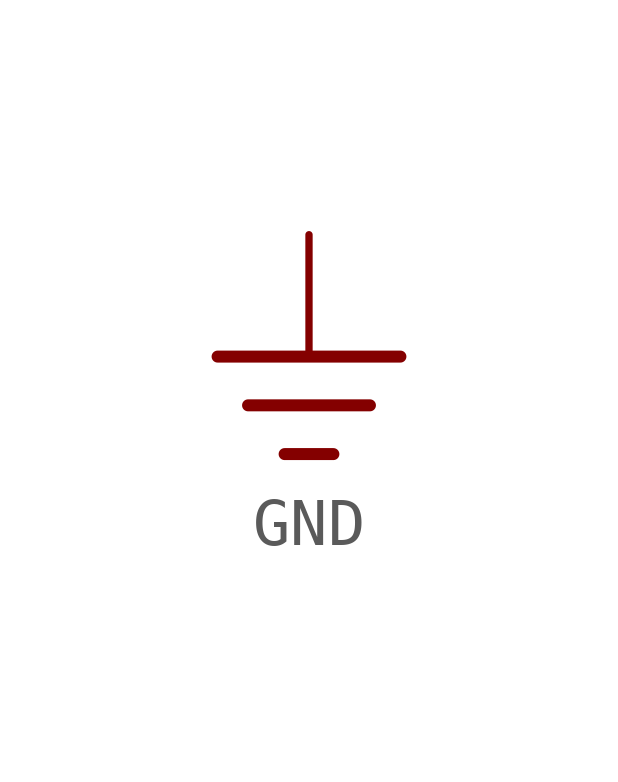
<source format=kicad_sym>
(kicad_symbol_lib
  (version 20231120)
  (generator "kicad_symbol_editor")
  (generator_version "8.0")
  (symbol "GND"
    (power)
    (property "Reference" "#NetPort"
      (at 0 0 0)
      (effects (font (size 1.27 1.27)) (hide yes)))
    (property "ki_locked" ""
      (at 0 0 0)
      (effects (font (size 1.27 1.27))))
    (symbol "GND_1_0"
      (polyline (pts (xy -1.905 1.016) (xy 1.905 1.016)) (stroke (width 0.25) (type solid)) (fill (type none)))
      (polyline (pts (xy -1.27 0) (xy 1.27 0)) (stroke (width 0.25) (type solid)) (fill (type none)))
      (polyline (pts (xy -0.508 -1.016) (xy 0.508 -1.016)) (stroke (width 0.25) (type solid)) (fill (type none)))
      (pin power_in line (at 0 3.556 270) (length 2.54) (name "GND" (effects (font (size 0 0)))) (number "1" (effects (font (size 0 0))))))))
</source>
